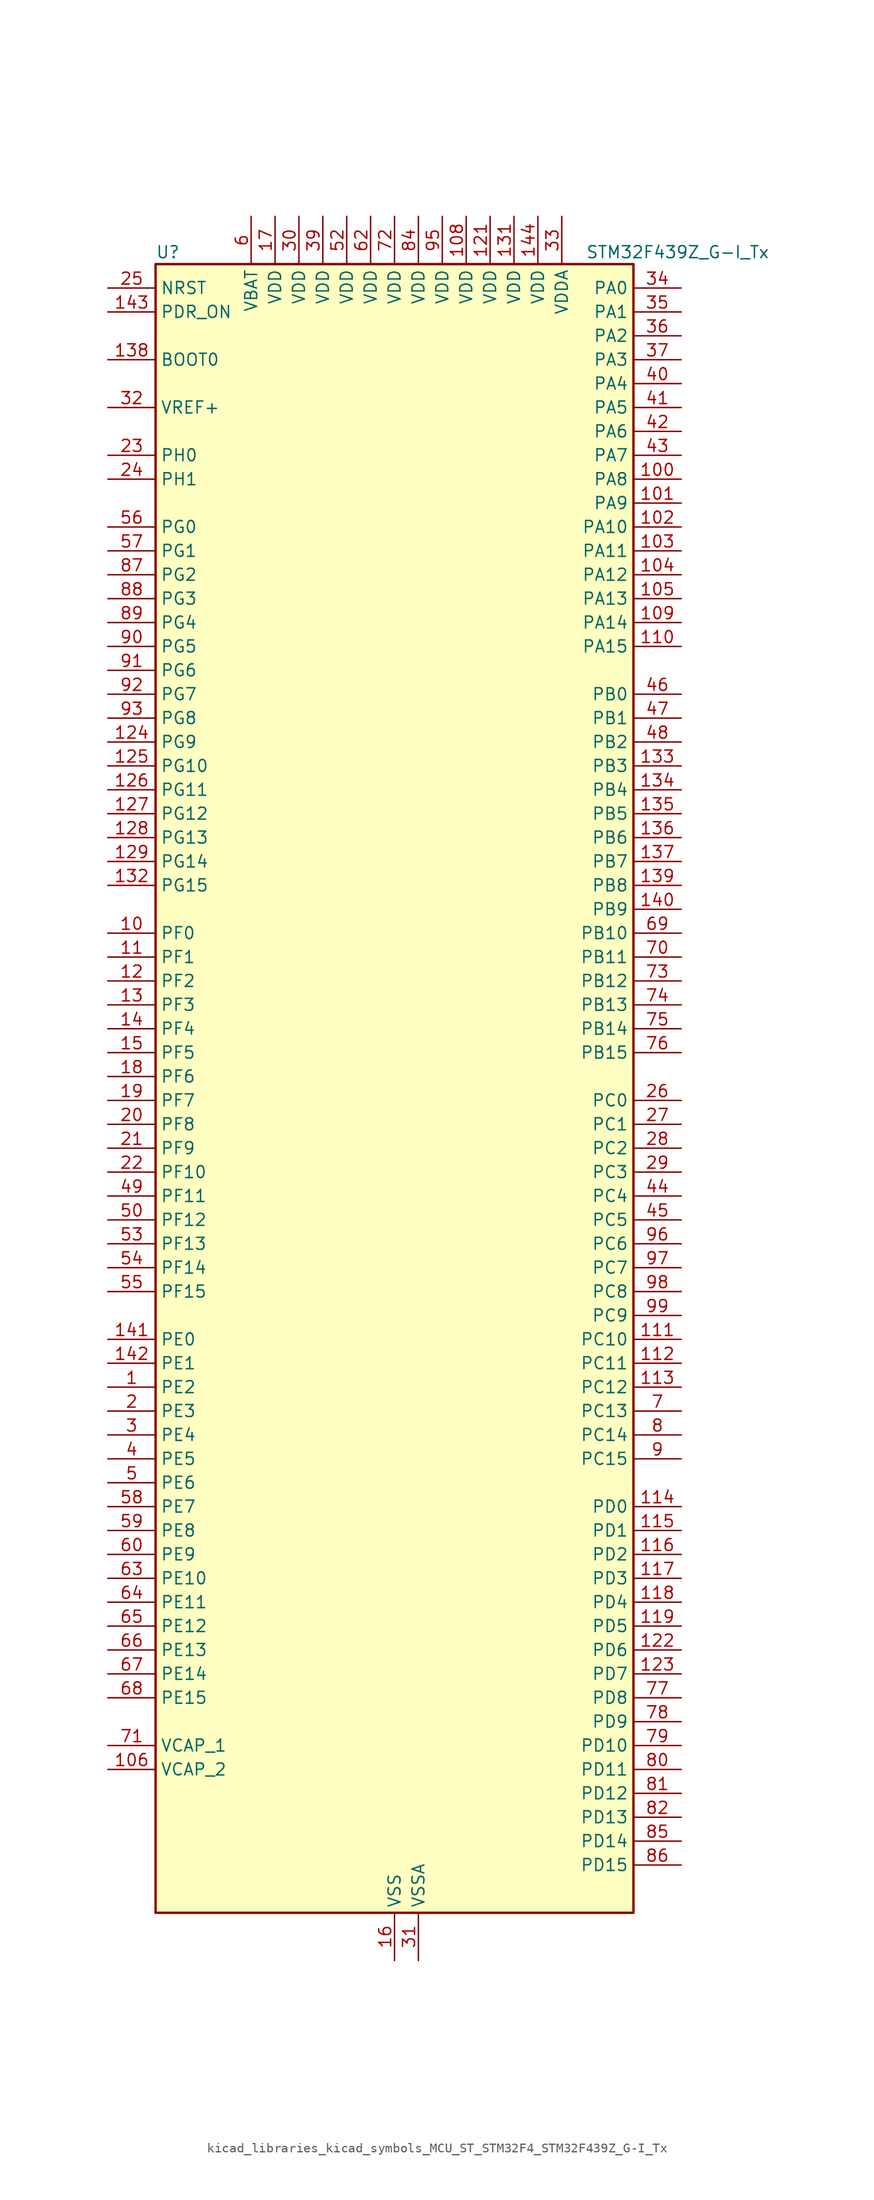
<source format=kicad_sym>
(kicad_symbol_lib
  (version 20220914)
  (generator kicad_symbol_editor)
  (symbol "kicad_libraries_kicad_symbols_MCU_ST_STM32F4_STM32F439Z_G-I_Tx"
    (property "Reference" "U"
      (at -25.4 90.17 0)
      (effects (font (size 1.27 1.27)) (justify left)))
    (property "Value" "STM32F439Z_G-I_Tx"
      (at 20.32 90.17 0)
      (effects (font (size 1.27 1.27)) (justify left)))
    (property "ki_locked" ""
      (at 0 0 0)
      (effects (font (size 1.27 1.27))))
    (symbol "kicad_libraries_kicad_symbols_MCU_ST_STM32F4_STM32F439Z_G-I_Tx_0_1"
      (rectangle (start -25.4 -86.36) (end 25.4 88.9) (stroke (width 0.254) (type default)) (fill (type background))))
    (symbol "kicad_libraries_kicad_symbols_MCU_ST_STM32F4_STM32F439Z_G-I_Tx_1_1"
      (pin bidirectional line (at -30.48 -30.48 0) (length 5.08) (name "PE2" (effects (font (size 1.27 1.27)))) (number "1" (effects (font (size 1.27 1.27)))) (alternate "ETH_TXD3" bidirectional line) (alternate "FMC_A23" bidirectional line) (alternate "SAI1_MCLK_A" bidirectional line) (alternate "SPI4_SCK" bidirectional line) (alternate "SYS_TRACECLK" bidirectional line))
      (pin bidirectional line (at -30.48 17.78 0) (length 5.08) (name "PF0" (effects (font (size 1.27 1.27)))) (number "10" (effects (font (size 1.27 1.27)))) (alternate "FMC_A0" bidirectional line) (alternate "I2C2_SDA" bidirectional line))
      (pin bidirectional line (at 30.48 66.04 180) (length 5.08) (name "PA8" (effects (font (size 1.27 1.27)))) (number "100" (effects (font (size 1.27 1.27)))) (alternate "I2C3_SCL" bidirectional line) (alternate "LTDC_R6" bidirectional line) (alternate "RCC_MCO_1" bidirectional line) (alternate "TIM1_CH1" bidirectional line) (alternate "USART1_CK" bidirectional line) (alternate "USB_OTG_FS_SOF" bidirectional line))
      (pin bidirectional line (at 30.48 63.5 180) (length 5.08) (name "PA9" (effects (font (size 1.27 1.27)))) (number "101" (effects (font (size 1.27 1.27)))) (alternate "DAC_EXTI9" bidirectional line) (alternate "DCMI_D0" bidirectional line) (alternate "I2C3_SMBA" bidirectional line) (alternate "TIM1_CH2" bidirectional line) (alternate "USART1_TX" bidirectional line) (alternate "USB_OTG_FS_VBUS" bidirectional line))
      (pin bidirectional line (at 30.48 60.96 180) (length 5.08) (name "PA10" (effects (font (size 1.27 1.27)))) (number "102" (effects (font (size 1.27 1.27)))) (alternate "DCMI_D1" bidirectional line) (alternate "TIM1_CH3" bidirectional line) (alternate "USART1_RX" bidirectional line) (alternate "USB_OTG_FS_ID" bidirectional line))
      (pin bidirectional line (at 30.48 58.42 180) (length 5.08) (name "PA11" (effects (font (size 1.27 1.27)))) (number "103" (effects (font (size 1.27 1.27)))) (alternate "ADC1_EXTI11" bidirectional line) (alternate "ADC2_EXTI11" bidirectional line) (alternate "ADC3_EXTI11" bidirectional line) (alternate "CAN1_RX" bidirectional line) (alternate "LTDC_R4" bidirectional line) (alternate "TIM1_CH4" bidirectional line) (alternate "USART1_CTS" bidirectional line) (alternate "USB_OTG_FS_DM" bidirectional line))
      (pin bidirectional line (at 30.48 55.88 180) (length 5.08) (name "PA12" (effects (font (size 1.27 1.27)))) (number "104" (effects (font (size 1.27 1.27)))) (alternate "CAN1_TX" bidirectional line) (alternate "LTDC_R5" bidirectional line) (alternate "TIM1_ETR" bidirectional line) (alternate "USART1_RTS" bidirectional line) (alternate "USB_OTG_FS_DP" bidirectional line))
      (pin bidirectional line (at 30.48 53.34 180) (length 5.08) (name "PA13" (effects (font (size 1.27 1.27)))) (number "105" (effects (font (size 1.27 1.27)))) (alternate "SYS_JTMS-SWDIO" bidirectional line))
      (pin power_out line (at -30.48 -71.12 0) (length 5.08) (name "VCAP_2" (effects (font (size 1.27 1.27)))) (number "106" (effects (font (size 1.27 1.27)))))
      (pin passive line (at 0 -91.44 90) (length 5.08) hide (name "VSS" (effects (font (size 1.27 1.27)))) (number "107" (effects (font (size 1.27 1.27)))))
      (pin power_in line (at 7.62 93.98 270) (length 5.08) (name "VDD" (effects (font (size 1.27 1.27)))) (number "108" (effects (font (size 1.27 1.27)))))
      (pin bidirectional line (at 30.48 50.8 180) (length 5.08) (name "PA14" (effects (font (size 1.27 1.27)))) (number "109" (effects (font (size 1.27 1.27)))) (alternate "SYS_JTCK-SWCLK" bidirectional line))
      (pin bidirectional line (at -30.48 15.24 0) (length 5.08) (name "PF1" (effects (font (size 1.27 1.27)))) (number "11" (effects (font (size 1.27 1.27)))) (alternate "FMC_A1" bidirectional line) (alternate "I2C2_SCL" bidirectional line))
      (pin bidirectional line (at 30.48 48.26 180) (length 5.08) (name "PA15" (effects (font (size 1.27 1.27)))) (number "110" (effects (font (size 1.27 1.27)))) (alternate "ADC1_EXTI15" bidirectional line) (alternate "ADC2_EXTI15" bidirectional line) (alternate "ADC3_EXTI15" bidirectional line) (alternate "I2S3_WS" bidirectional line) (alternate "SPI1_NSS" bidirectional line) (alternate "SPI3_NSS" bidirectional line) (alternate "SYS_JTDI" bidirectional line) (alternate "TIM2_CH1" bidirectional line) (alternate "TIM2_ETR" bidirectional line))
      (pin bidirectional line (at 30.48 -25.4 180) (length 5.08) (name "PC10" (effects (font (size 1.27 1.27)))) (number "111" (effects (font (size 1.27 1.27)))) (alternate "DCMI_D8" bidirectional line) (alternate "I2S3_CK" bidirectional line) (alternate "LTDC_R2" bidirectional line) (alternate "SDIO_D2" bidirectional line) (alternate "SPI3_SCK" bidirectional line) (alternate "UART4_TX" bidirectional line) (alternate "USART3_TX" bidirectional line))
      (pin bidirectional line (at 30.48 -27.94 180) (length 5.08) (name "PC11" (effects (font (size 1.27 1.27)))) (number "112" (effects (font (size 1.27 1.27)))) (alternate "ADC1_EXTI11" bidirectional line) (alternate "ADC2_EXTI11" bidirectional line) (alternate "ADC3_EXTI11" bidirectional line) (alternate "DCMI_D4" bidirectional line) (alternate "I2S3_ext_SD" bidirectional line) (alternate "SDIO_D3" bidirectional line) (alternate "SPI3_MISO" bidirectional line) (alternate "UART4_RX" bidirectional line) (alternate "USART3_RX" bidirectional line))
      (pin bidirectional line (at 30.48 -30.48 180) (length 5.08) (name "PC12" (effects (font (size 1.27 1.27)))) (number "113" (effects (font (size 1.27 1.27)))) (alternate "DCMI_D9" bidirectional line) (alternate "I2S3_SD" bidirectional line) (alternate "SDIO_CK" bidirectional line) (alternate "SPI3_MOSI" bidirectional line) (alternate "UART5_TX" bidirectional line) (alternate "USART3_CK" bidirectional line))
      (pin bidirectional line (at 30.48 -43.18 180) (length 5.08) (name "PD0" (effects (font (size 1.27 1.27)))) (number "114" (effects (font (size 1.27 1.27)))) (alternate "CAN1_RX" bidirectional line) (alternate "FMC_D2" bidirectional line) (alternate "FMC_DA2" bidirectional line))
      (pin bidirectional line (at 30.48 -45.72 180) (length 5.08) (name "PD1" (effects (font (size 1.27 1.27)))) (number "115" (effects (font (size 1.27 1.27)))) (alternate "CAN1_TX" bidirectional line) (alternate "FMC_D3" bidirectional line) (alternate "FMC_DA3" bidirectional line))
      (pin bidirectional line (at 30.48 -48.26 180) (length 5.08) (name "PD2" (effects (font (size 1.27 1.27)))) (number "116" (effects (font (size 1.27 1.27)))) (alternate "DCMI_D11" bidirectional line) (alternate "SDIO_CMD" bidirectional line) (alternate "TIM3_ETR" bidirectional line) (alternate "UART5_RX" bidirectional line))
      (pin bidirectional line (at 30.48 -50.8 180) (length 5.08) (name "PD3" (effects (font (size 1.27 1.27)))) (number "117" (effects (font (size 1.27 1.27)))) (alternate "DCMI_D5" bidirectional line) (alternate "FMC_CLK" bidirectional line) (alternate "I2S2_CK" bidirectional line) (alternate "LTDC_G7" bidirectional line) (alternate "SPI2_SCK" bidirectional line) (alternate "USART2_CTS" bidirectional line))
      (pin bidirectional line (at 30.48 -53.34 180) (length 5.08) (name "PD4" (effects (font (size 1.27 1.27)))) (number "118" (effects (font (size 1.27 1.27)))) (alternate "FMC_NOE" bidirectional line) (alternate "USART2_RTS" bidirectional line))
      (pin bidirectional line (at 30.48 -55.88 180) (length 5.08) (name "PD5" (effects (font (size 1.27 1.27)))) (number "119" (effects (font (size 1.27 1.27)))) (alternate "FMC_NWE" bidirectional line) (alternate "USART2_TX" bidirectional line))
      (pin bidirectional line (at -30.48 12.7 0) (length 5.08) (name "PF2" (effects (font (size 1.27 1.27)))) (number "12" (effects (font (size 1.27 1.27)))) (alternate "FMC_A2" bidirectional line) (alternate "I2C2_SMBA" bidirectional line))
      (pin passive line (at 0 -91.44 90) (length 5.08) hide (name "VSS" (effects (font (size 1.27 1.27)))) (number "120" (effects (font (size 1.27 1.27)))))
      (pin power_in line (at 10.16 93.98 270) (length 5.08) (name "VDD" (effects (font (size 1.27 1.27)))) (number "121" (effects (font (size 1.27 1.27)))))
      (pin bidirectional line (at 30.48 -58.42 180) (length 5.08) (name "PD6" (effects (font (size 1.27 1.27)))) (number "122" (effects (font (size 1.27 1.27)))) (alternate "DCMI_D10" bidirectional line) (alternate "FMC_NWAIT" bidirectional line) (alternate "I2S3_SD" bidirectional line) (alternate "LTDC_B2" bidirectional line) (alternate "SAI1_SD_A" bidirectional line) (alternate "SPI3_MOSI" bidirectional line) (alternate "USART2_RX" bidirectional line))
      (pin bidirectional line (at 30.48 -60.96 180) (length 5.08) (name "PD7" (effects (font (size 1.27 1.27)))) (number "123" (effects (font (size 1.27 1.27)))) (alternate "FMC_NCE2" bidirectional line) (alternate "FMC_NE1" bidirectional line) (alternate "USART2_CK" bidirectional line))
      (pin bidirectional line (at -30.48 38.1 0) (length 5.08) (name "PG9" (effects (font (size 1.27 1.27)))) (number "124" (effects (font (size 1.27 1.27)))) (alternate "DAC_EXTI9" bidirectional line) (alternate "DCMI_VSYNC" bidirectional line) (alternate "FMC_NCE3" bidirectional line) (alternate "FMC_NE2" bidirectional line) (alternate "USART6_RX" bidirectional line))
      (pin bidirectional line (at -30.48 35.56 0) (length 5.08) (name "PG10" (effects (font (size 1.27 1.27)))) (number "125" (effects (font (size 1.27 1.27)))) (alternate "DCMI_D2" bidirectional line) (alternate "FMC_NCE4_1" bidirectional line) (alternate "FMC_NE3" bidirectional line) (alternate "LTDC_B2" bidirectional line) (alternate "LTDC_G3" bidirectional line))
      (pin bidirectional line (at -30.48 33.02 0) (length 5.08) (name "PG11" (effects (font (size 1.27 1.27)))) (number "126" (effects (font (size 1.27 1.27)))) (alternate "ADC1_EXTI11" bidirectional line) (alternate "ADC2_EXTI11" bidirectional line) (alternate "ADC3_EXTI11" bidirectional line) (alternate "DCMI_D3" bidirectional line) (alternate "ETH_TX_EN" bidirectional line) (alternate "FMC_NCE4_2" bidirectional line) (alternate "LTDC_B3" bidirectional line))
      (pin bidirectional line (at -30.48 30.48 0) (length 5.08) (name "PG12" (effects (font (size 1.27 1.27)))) (number "127" (effects (font (size 1.27 1.27)))) (alternate "FMC_NE4" bidirectional line) (alternate "LTDC_B1" bidirectional line) (alternate "LTDC_B4" bidirectional line) (alternate "SPI6_MISO" bidirectional line) (alternate "USART6_RTS" bidirectional line))
      (pin bidirectional line (at -30.48 27.94 0) (length 5.08) (name "PG13" (effects (font (size 1.27 1.27)))) (number "128" (effects (font (size 1.27 1.27)))) (alternate "ETH_TXD0" bidirectional line) (alternate "FMC_A24" bidirectional line) (alternate "SPI6_SCK" bidirectional line) (alternate "USART6_CTS" bidirectional line))
      (pin bidirectional line (at -30.48 25.4 0) (length 5.08) (name "PG14" (effects (font (size 1.27 1.27)))) (number "129" (effects (font (size 1.27 1.27)))) (alternate "ETH_TXD1" bidirectional line) (alternate "FMC_A25" bidirectional line) (alternate "SPI6_MOSI" bidirectional line) (alternate "USART6_TX" bidirectional line))
      (pin bidirectional line (at -30.48 10.16 0) (length 5.08) (name "PF3" (effects (font (size 1.27 1.27)))) (number "13" (effects (font (size 1.27 1.27)))) (alternate "ADC3_IN9" bidirectional line) (alternate "FMC_A3" bidirectional line))
      (pin passive line (at 0 -91.44 90) (length 5.08) hide (name "VSS" (effects (font (size 1.27 1.27)))) (number "130" (effects (font (size 1.27 1.27)))))
      (pin power_in line (at 12.7 93.98 270) (length 5.08) (name "VDD" (effects (font (size 1.27 1.27)))) (number "131" (effects (font (size 1.27 1.27)))))
      (pin bidirectional line (at -30.48 22.86 0) (length 5.08) (name "PG15" (effects (font (size 1.27 1.27)))) (number "132" (effects (font (size 1.27 1.27)))) (alternate "ADC1_EXTI15" bidirectional line) (alternate "ADC2_EXTI15" bidirectional line) (alternate "ADC3_EXTI15" bidirectional line) (alternate "DCMI_D13" bidirectional line) (alternate "FMC_SDNCAS" bidirectional line) (alternate "USART6_CTS" bidirectional line))
      (pin bidirectional line (at 30.48 35.56 180) (length 5.08) (name "PB3" (effects (font (size 1.27 1.27)))) (number "133" (effects (font (size 1.27 1.27)))) (alternate "I2S3_CK" bidirectional line) (alternate "SPI1_SCK" bidirectional line) (alternate "SPI3_SCK" bidirectional line) (alternate "SYS_JTDO-SWO" bidirectional line) (alternate "TIM2_CH2" bidirectional line))
      (pin bidirectional line (at 30.48 33.02 180) (length 5.08) (name "PB4" (effects (font (size 1.27 1.27)))) (number "134" (effects (font (size 1.27 1.27)))) (alternate "I2S3_ext_SD" bidirectional line) (alternate "SPI1_MISO" bidirectional line) (alternate "SPI3_MISO" bidirectional line) (alternate "SYS_JTRST" bidirectional line) (alternate "TIM3_CH1" bidirectional line))
      (pin bidirectional line (at 30.48 30.48 180) (length 5.08) (name "PB5" (effects (font (size 1.27 1.27)))) (number "135" (effects (font (size 1.27 1.27)))) (alternate "CAN2_RX" bidirectional line) (alternate "DCMI_D10" bidirectional line) (alternate "ETH_PPS_OUT" bidirectional line) (alternate "FMC_SDCKE1" bidirectional line) (alternate "I2C1_SMBA" bidirectional line) (alternate "I2S3_SD" bidirectional line) (alternate "SPI1_MOSI" bidirectional line) (alternate "SPI3_MOSI" bidirectional line) (alternate "TIM3_CH2" bidirectional line) (alternate "USB_OTG_HS_ULPI_D7" bidirectional line))
      (pin bidirectional line (at 30.48 27.94 180) (length 5.08) (name "PB6" (effects (font (size 1.27 1.27)))) (number "136" (effects (font (size 1.27 1.27)))) (alternate "CAN2_TX" bidirectional line) (alternate "DCMI_D5" bidirectional line) (alternate "FMC_SDNE1" bidirectional line) (alternate "I2C1_SCL" bidirectional line) (alternate "TIM4_CH1" bidirectional line) (alternate "USART1_TX" bidirectional line))
      (pin bidirectional line (at 30.48 25.4 180) (length 5.08) (name "PB7" (effects (font (size 1.27 1.27)))) (number "137" (effects (font (size 1.27 1.27)))) (alternate "DCMI_VSYNC" bidirectional line) (alternate "FMC_NL" bidirectional line) (alternate "I2C1_SDA" bidirectional line) (alternate "TIM4_CH2" bidirectional line) (alternate "USART1_RX" bidirectional line))
      (pin input line (at -30.48 78.74 0) (length 5.08) (name "BOOT0" (effects (font (size 1.27 1.27)))) (number "138" (effects (font (size 1.27 1.27)))))
      (pin bidirectional line (at 30.48 22.86 180) (length 5.08) (name "PB8" (effects (font (size 1.27 1.27)))) (number "139" (effects (font (size 1.27 1.27)))) (alternate "CAN1_RX" bidirectional line) (alternate "DCMI_D6" bidirectional line) (alternate "ETH_TXD3" bidirectional line) (alternate "I2C1_SCL" bidirectional line) (alternate "LTDC_B6" bidirectional line) (alternate "SDIO_D4" bidirectional line) (alternate "TIM10_CH1" bidirectional line) (alternate "TIM4_CH3" bidirectional line))
      (pin bidirectional line (at -30.48 7.62 0) (length 5.08) (name "PF4" (effects (font (size 1.27 1.27)))) (number "14" (effects (font (size 1.27 1.27)))) (alternate "ADC3_IN14" bidirectional line) (alternate "FMC_A4" bidirectional line))
      (pin bidirectional line (at 30.48 20.32 180) (length 5.08) (name "PB9" (effects (font (size 1.27 1.27)))) (number "140" (effects (font (size 1.27 1.27)))) (alternate "CAN1_TX" bidirectional line) (alternate "DAC_EXTI9" bidirectional line) (alternate "DCMI_D7" bidirectional line) (alternate "I2C1_SDA" bidirectional line) (alternate "I2S2_WS" bidirectional line) (alternate "LTDC_B7" bidirectional line) (alternate "SDIO_D5" bidirectional line) (alternate "SPI2_NSS" bidirectional line) (alternate "TIM11_CH1" bidirectional line) (alternate "TIM4_CH4" bidirectional line))
      (pin bidirectional line (at -30.48 -25.4 0) (length 5.08) (name "PE0" (effects (font (size 1.27 1.27)))) (number "141" (effects (font (size 1.27 1.27)))) (alternate "DCMI_D2" bidirectional line) (alternate "FMC_NBL0" bidirectional line) (alternate "TIM4_ETR" bidirectional line) (alternate "UART8_RX" bidirectional line))
      (pin bidirectional line (at -30.48 -27.94 0) (length 5.08) (name "PE1" (effects (font (size 1.27 1.27)))) (number "142" (effects (font (size 1.27 1.27)))) (alternate "DCMI_D3" bidirectional line) (alternate "FMC_NBL1" bidirectional line) (alternate "UART8_TX" bidirectional line))
      (pin input line (at -30.48 83.82 0) (length 5.08) (name "PDR_ON" (effects (font (size 1.27 1.27)))) (number "143" (effects (font (size 1.27 1.27)))))
      (pin power_in line (at 15.24 93.98 270) (length 5.08) (name "VDD" (effects (font (size 1.27 1.27)))) (number "144" (effects (font (size 1.27 1.27)))))
      (pin bidirectional line (at -30.48 5.08 0) (length 5.08) (name "PF5" (effects (font (size 1.27 1.27)))) (number "15" (effects (font (size 1.27 1.27)))) (alternate "ADC3_IN15" bidirectional line) (alternate "FMC_A5" bidirectional line))
      (pin power_in line (at 0 -91.44 90) (length 5.08) (name "VSS" (effects (font (size 1.27 1.27)))) (number "16" (effects (font (size 1.27 1.27)))))
      (pin power_in line (at -12.7 93.98 270) (length 5.08) (name "VDD" (effects (font (size 1.27 1.27)))) (number "17" (effects (font (size 1.27 1.27)))))
      (pin bidirectional line (at -30.48 2.54 0) (length 5.08) (name "PF6" (effects (font (size 1.27 1.27)))) (number "18" (effects (font (size 1.27 1.27)))) (alternate "ADC3_IN4" bidirectional line) (alternate "FMC_NIORD" bidirectional line) (alternate "SAI1_SD_B" bidirectional line) (alternate "SPI5_NSS" bidirectional line) (alternate "TIM10_CH1" bidirectional line) (alternate "UART7_RX" bidirectional line))
      (pin bidirectional line (at -30.48 0 0) (length 5.08) (name "PF7" (effects (font (size 1.27 1.27)))) (number "19" (effects (font (size 1.27 1.27)))) (alternate "ADC3_IN5" bidirectional line) (alternate "FMC_NREG" bidirectional line) (alternate "SAI1_MCLK_B" bidirectional line) (alternate "SPI5_SCK" bidirectional line) (alternate "TIM11_CH1" bidirectional line) (alternate "UART7_TX" bidirectional line))
      (pin bidirectional line (at -30.48 -33.02 0) (length 5.08) (name "PE3" (effects (font (size 1.27 1.27)))) (number "2" (effects (font (size 1.27 1.27)))) (alternate "FMC_A19" bidirectional line) (alternate "SAI1_SD_B" bidirectional line) (alternate "SYS_TRACED0" bidirectional line))
      (pin bidirectional line (at -30.48 -2.54 0) (length 5.08) (name "PF8" (effects (font (size 1.27 1.27)))) (number "20" (effects (font (size 1.27 1.27)))) (alternate "ADC3_IN6" bidirectional line) (alternate "FMC_NIOWR" bidirectional line) (alternate "SAI1_SCK_B" bidirectional line) (alternate "SPI5_MISO" bidirectional line) (alternate "TIM13_CH1" bidirectional line))
      (pin bidirectional line (at -30.48 -5.08 0) (length 5.08) (name "PF9" (effects (font (size 1.27 1.27)))) (number "21" (effects (font (size 1.27 1.27)))) (alternate "ADC3_IN7" bidirectional line) (alternate "DAC_EXTI9" bidirectional line) (alternate "FMC_CD" bidirectional line) (alternate "SAI1_FS_B" bidirectional line) (alternate "SPI5_MOSI" bidirectional line) (alternate "TIM14_CH1" bidirectional line))
      (pin bidirectional line (at -30.48 -7.62 0) (length 5.08) (name "PF10" (effects (font (size 1.27 1.27)))) (number "22" (effects (font (size 1.27 1.27)))) (alternate "ADC3_IN8" bidirectional line) (alternate "DCMI_D11" bidirectional line) (alternate "FMC_INTR" bidirectional line) (alternate "LTDC_DE" bidirectional line))
      (pin bidirectional line (at -30.48 68.58 0) (length 5.08) (name "PH0" (effects (font (size 1.27 1.27)))) (number "23" (effects (font (size 1.27 1.27)))) (alternate "RCC_OSC_IN" bidirectional line))
      (pin bidirectional line (at -30.48 66.04 0) (length 5.08) (name "PH1" (effects (font (size 1.27 1.27)))) (number "24" (effects (font (size 1.27 1.27)))) (alternate "RCC_OSC_OUT" bidirectional line))
      (pin input line (at -30.48 86.36 0) (length 5.08) (name "NRST" (effects (font (size 1.27 1.27)))) (number "25" (effects (font (size 1.27 1.27)))))
      (pin bidirectional line (at 30.48 0 180) (length 5.08) (name "PC0" (effects (font (size 1.27 1.27)))) (number "26" (effects (font (size 1.27 1.27)))) (alternate "ADC1_IN10" bidirectional line) (alternate "ADC2_IN10" bidirectional line) (alternate "ADC3_IN10" bidirectional line) (alternate "FMC_SDNWE" bidirectional line) (alternate "USB_OTG_HS_ULPI_STP" bidirectional line))
      (pin bidirectional line (at 30.48 -2.54 180) (length 5.08) (name "PC1" (effects (font (size 1.27 1.27)))) (number "27" (effects (font (size 1.27 1.27)))) (alternate "ADC1_IN11" bidirectional line) (alternate "ADC2_IN11" bidirectional line) (alternate "ADC3_IN11" bidirectional line) (alternate "ETH_MDC" bidirectional line))
      (pin bidirectional line (at 30.48 -5.08 180) (length 5.08) (name "PC2" (effects (font (size 1.27 1.27)))) (number "28" (effects (font (size 1.27 1.27)))) (alternate "ADC1_IN12" bidirectional line) (alternate "ADC2_IN12" bidirectional line) (alternate "ADC3_IN12" bidirectional line) (alternate "ETH_TXD2" bidirectional line) (alternate "FMC_SDNE0" bidirectional line) (alternate "I2S2_ext_SD" bidirectional line) (alternate "SPI2_MISO" bidirectional line) (alternate "USB_OTG_HS_ULPI_DIR" bidirectional line))
      (pin bidirectional line (at 30.48 -7.62 180) (length 5.08) (name "PC3" (effects (font (size 1.27 1.27)))) (number "29" (effects (font (size 1.27 1.27)))) (alternate "ADC1_IN13" bidirectional line) (alternate "ADC2_IN13" bidirectional line) (alternate "ADC3_IN13" bidirectional line) (alternate "ETH_TX_CLK" bidirectional line) (alternate "FMC_SDCKE0" bidirectional line) (alternate "I2S2_SD" bidirectional line) (alternate "SPI2_MOSI" bidirectional line) (alternate "USB_OTG_HS_ULPI_NXT" bidirectional line))
      (pin bidirectional line (at -30.48 -35.56 0) (length 5.08) (name "PE4" (effects (font (size 1.27 1.27)))) (number "3" (effects (font (size 1.27 1.27)))) (alternate "DCMI_D4" bidirectional line) (alternate "FMC_A20" bidirectional line) (alternate "LTDC_B0" bidirectional line) (alternate "SAI1_FS_A" bidirectional line) (alternate "SPI4_NSS" bidirectional line) (alternate "SYS_TRACED1" bidirectional line))
      (pin power_in line (at -10.16 93.98 270) (length 5.08) (name "VDD" (effects (font (size 1.27 1.27)))) (number "30" (effects (font (size 1.27 1.27)))))
      (pin power_in line (at 2.54 -91.44 90) (length 5.08) (name "VSSA" (effects (font (size 1.27 1.27)))) (number "31" (effects (font (size 1.27 1.27)))))
      (pin input line (at -30.48 73.66 0) (length 5.08) (name "VREF+" (effects (font (size 1.27 1.27)))) (number "32" (effects (font (size 1.27 1.27)))))
      (pin power_in line (at 17.78 93.98 270) (length 5.08) (name "VDDA" (effects (font (size 1.27 1.27)))) (number "33" (effects (font (size 1.27 1.27)))))
      (pin bidirectional line (at 30.48 86.36 180) (length 5.08) (name "PA0" (effects (font (size 1.27 1.27)))) (number "34" (effects (font (size 1.27 1.27)))) (alternate "ADC1_IN0" bidirectional line) (alternate "ADC2_IN0" bidirectional line) (alternate "ADC3_IN0" bidirectional line) (alternate "ETH_CRS" bidirectional line) (alternate "SYS_WKUP" bidirectional line) (alternate "TIM2_CH1" bidirectional line) (alternate "TIM2_ETR" bidirectional line) (alternate "TIM5_CH1" bidirectional line) (alternate "TIM8_ETR" bidirectional line) (alternate "UART4_TX" bidirectional line) (alternate "USART2_CTS" bidirectional line))
      (pin bidirectional line (at 30.48 83.82 180) (length 5.08) (name "PA1" (effects (font (size 1.27 1.27)))) (number "35" (effects (font (size 1.27 1.27)))) (alternate "ADC1_IN1" bidirectional line) (alternate "ADC2_IN1" bidirectional line) (alternate "ADC3_IN1" bidirectional line) (alternate "ETH_REF_CLK" bidirectional line) (alternate "ETH_RX_CLK" bidirectional line) (alternate "TIM2_CH2" bidirectional line) (alternate "TIM5_CH2" bidirectional line) (alternate "UART4_RX" bidirectional line) (alternate "USART2_RTS" bidirectional line))
      (pin bidirectional line (at 30.48 81.28 180) (length 5.08) (name "PA2" (effects (font (size 1.27 1.27)))) (number "36" (effects (font (size 1.27 1.27)))) (alternate "ADC1_IN2" bidirectional line) (alternate "ADC2_IN2" bidirectional line) (alternate "ADC3_IN2" bidirectional line) (alternate "ETH_MDIO" bidirectional line) (alternate "TIM2_CH3" bidirectional line) (alternate "TIM5_CH3" bidirectional line) (alternate "TIM9_CH1" bidirectional line) (alternate "USART2_TX" bidirectional line))
      (pin bidirectional line (at 30.48 78.74 180) (length 5.08) (name "PA3" (effects (font (size 1.27 1.27)))) (number "37" (effects (font (size 1.27 1.27)))) (alternate "ADC1_IN3" bidirectional line) (alternate "ADC2_IN3" bidirectional line) (alternate "ADC3_IN3" bidirectional line) (alternate "ETH_COL" bidirectional line) (alternate "LTDC_B5" bidirectional line) (alternate "TIM2_CH4" bidirectional line) (alternate "TIM5_CH4" bidirectional line) (alternate "TIM9_CH2" bidirectional line) (alternate "USART2_RX" bidirectional line) (alternate "USB_OTG_HS_ULPI_D0" bidirectional line))
      (pin passive line (at 0 -91.44 90) (length 5.08) hide (name "VSS" (effects (font (size 1.27 1.27)))) (number "38" (effects (font (size 1.27 1.27)))))
      (pin power_in line (at -7.62 93.98 270) (length 5.08) (name "VDD" (effects (font (size 1.27 1.27)))) (number "39" (effects (font (size 1.27 1.27)))))
      (pin bidirectional line (at -30.48 -38.1 0) (length 5.08) (name "PE5" (effects (font (size 1.27 1.27)))) (number "4" (effects (font (size 1.27 1.27)))) (alternate "DCMI_D6" bidirectional line) (alternate "FMC_A21" bidirectional line) (alternate "LTDC_G0" bidirectional line) (alternate "SAI1_SCK_A" bidirectional line) (alternate "SPI4_MISO" bidirectional line) (alternate "SYS_TRACED2" bidirectional line) (alternate "TIM9_CH1" bidirectional line))
      (pin bidirectional line (at 30.48 76.2 180) (length 5.08) (name "PA4" (effects (font (size 1.27 1.27)))) (number "40" (effects (font (size 1.27 1.27)))) (alternate "ADC1_IN4" bidirectional line) (alternate "ADC2_IN4" bidirectional line) (alternate "DAC_OUT1" bidirectional line) (alternate "DCMI_HSYNC" bidirectional line) (alternate "I2S3_WS" bidirectional line) (alternate "LTDC_VSYNC" bidirectional line) (alternate "SPI1_NSS" bidirectional line) (alternate "SPI3_NSS" bidirectional line) (alternate "USART2_CK" bidirectional line) (alternate "USB_OTG_HS_SOF" bidirectional line))
      (pin bidirectional line (at 30.48 73.66 180) (length 5.08) (name "PA5" (effects (font (size 1.27 1.27)))) (number "41" (effects (font (size 1.27 1.27)))) (alternate "ADC1_IN5" bidirectional line) (alternate "ADC2_IN5" bidirectional line) (alternate "DAC_OUT2" bidirectional line) (alternate "SPI1_SCK" bidirectional line) (alternate "TIM2_CH1" bidirectional line) (alternate "TIM2_ETR" bidirectional line) (alternate "TIM8_CH1N" bidirectional line) (alternate "USB_OTG_HS_ULPI_CK" bidirectional line))
      (pin bidirectional line (at 30.48 71.12 180) (length 5.08) (name "PA6" (effects (font (size 1.27 1.27)))) (number "42" (effects (font (size 1.27 1.27)))) (alternate "ADC1_IN6" bidirectional line) (alternate "ADC2_IN6" bidirectional line) (alternate "DCMI_PIXCLK" bidirectional line) (alternate "LTDC_G2" bidirectional line) (alternate "SPI1_MISO" bidirectional line) (alternate "TIM13_CH1" bidirectional line) (alternate "TIM1_BKIN" bidirectional line) (alternate "TIM3_CH1" bidirectional line) (alternate "TIM8_BKIN" bidirectional line))
      (pin bidirectional line (at 30.48 68.58 180) (length 5.08) (name "PA7" (effects (font (size 1.27 1.27)))) (number "43" (effects (font (size 1.27 1.27)))) (alternate "ADC1_IN7" bidirectional line) (alternate "ADC2_IN7" bidirectional line) (alternate "ETH_CRS_DV" bidirectional line) (alternate "ETH_RX_DV" bidirectional line) (alternate "SPI1_MOSI" bidirectional line) (alternate "TIM14_CH1" bidirectional line) (alternate "TIM1_CH1N" bidirectional line) (alternate "TIM3_CH2" bidirectional line) (alternate "TIM8_CH1N" bidirectional line))
      (pin bidirectional line (at 30.48 -10.16 180) (length 5.08) (name "PC4" (effects (font (size 1.27 1.27)))) (number "44" (effects (font (size 1.27 1.27)))) (alternate "ADC1_IN14" bidirectional line) (alternate "ADC2_IN14" bidirectional line) (alternate "ETH_RXD0" bidirectional line))
      (pin bidirectional line (at 30.48 -12.7 180) (length 5.08) (name "PC5" (effects (font (size 1.27 1.27)))) (number "45" (effects (font (size 1.27 1.27)))) (alternate "ADC1_IN15" bidirectional line) (alternate "ADC2_IN15" bidirectional line) (alternate "ETH_RXD1" bidirectional line))
      (pin bidirectional line (at 30.48 43.18 180) (length 5.08) (name "PB0" (effects (font (size 1.27 1.27)))) (number "46" (effects (font (size 1.27 1.27)))) (alternate "ADC1_IN8" bidirectional line) (alternate "ADC2_IN8" bidirectional line) (alternate "ETH_RXD2" bidirectional line) (alternate "LTDC_R3" bidirectional line) (alternate "TIM1_CH2N" bidirectional line) (alternate "TIM3_CH3" bidirectional line) (alternate "TIM8_CH2N" bidirectional line) (alternate "USB_OTG_HS_ULPI_D1" bidirectional line))
      (pin bidirectional line (at 30.48 40.64 180) (length 5.08) (name "PB1" (effects (font (size 1.27 1.27)))) (number "47" (effects (font (size 1.27 1.27)))) (alternate "ADC1_IN9" bidirectional line) (alternate "ADC2_IN9" bidirectional line) (alternate "ETH_RXD3" bidirectional line) (alternate "LTDC_R6" bidirectional line) (alternate "TIM1_CH3N" bidirectional line) (alternate "TIM3_CH4" bidirectional line) (alternate "TIM8_CH3N" bidirectional line) (alternate "USB_OTG_HS_ULPI_D2" bidirectional line))
      (pin bidirectional line (at 30.48 38.1 180) (length 5.08) (name "PB2" (effects (font (size 1.27 1.27)))) (number "48" (effects (font (size 1.27 1.27)))))
      (pin bidirectional line (at -30.48 -10.16 0) (length 5.08) (name "PF11" (effects (font (size 1.27 1.27)))) (number "49" (effects (font (size 1.27 1.27)))) (alternate "ADC1_EXTI11" bidirectional line) (alternate "ADC2_EXTI11" bidirectional line) (alternate "ADC3_EXTI11" bidirectional line) (alternate "DCMI_D12" bidirectional line) (alternate "FMC_SDNRAS" bidirectional line) (alternate "SPI5_MOSI" bidirectional line))
      (pin bidirectional line (at -30.48 -40.64 0) (length 5.08) (name "PE6" (effects (font (size 1.27 1.27)))) (number "5" (effects (font (size 1.27 1.27)))) (alternate "DCMI_D7" bidirectional line) (alternate "FMC_A22" bidirectional line) (alternate "LTDC_G1" bidirectional line) (alternate "SAI1_SD_A" bidirectional line) (alternate "SPI4_MOSI" bidirectional line) (alternate "SYS_TRACED3" bidirectional line) (alternate "TIM9_CH2" bidirectional line))
      (pin bidirectional line (at -30.48 -12.7 0) (length 5.08) (name "PF12" (effects (font (size 1.27 1.27)))) (number "50" (effects (font (size 1.27 1.27)))) (alternate "FMC_A6" bidirectional line))
      (pin passive line (at 0 -91.44 90) (length 5.08) hide (name "VSS" (effects (font (size 1.27 1.27)))) (number "51" (effects (font (size 1.27 1.27)))))
      (pin power_in line (at -5.08 93.98 270) (length 5.08) (name "VDD" (effects (font (size 1.27 1.27)))) (number "52" (effects (font (size 1.27 1.27)))))
      (pin bidirectional line (at -30.48 -15.24 0) (length 5.08) (name "PF13" (effects (font (size 1.27 1.27)))) (number "53" (effects (font (size 1.27 1.27)))) (alternate "FMC_A7" bidirectional line))
      (pin bidirectional line (at -30.48 -17.78 0) (length 5.08) (name "PF14" (effects (font (size 1.27 1.27)))) (number "54" (effects (font (size 1.27 1.27)))) (alternate "FMC_A8" bidirectional line))
      (pin bidirectional line (at -30.48 -20.32 0) (length 5.08) (name "PF15" (effects (font (size 1.27 1.27)))) (number "55" (effects (font (size 1.27 1.27)))) (alternate "ADC1_EXTI15" bidirectional line) (alternate "ADC2_EXTI15" bidirectional line) (alternate "ADC3_EXTI15" bidirectional line) (alternate "FMC_A9" bidirectional line))
      (pin bidirectional line (at -30.48 60.96 0) (length 5.08) (name "PG0" (effects (font (size 1.27 1.27)))) (number "56" (effects (font (size 1.27 1.27)))) (alternate "FMC_A10" bidirectional line))
      (pin bidirectional line (at -30.48 58.42 0) (length 5.08) (name "PG1" (effects (font (size 1.27 1.27)))) (number "57" (effects (font (size 1.27 1.27)))) (alternate "FMC_A11" bidirectional line))
      (pin bidirectional line (at -30.48 -43.18 0) (length 5.08) (name "PE7" (effects (font (size 1.27 1.27)))) (number "58" (effects (font (size 1.27 1.27)))) (alternate "FMC_D4" bidirectional line) (alternate "FMC_DA4" bidirectional line) (alternate "TIM1_ETR" bidirectional line) (alternate "UART7_RX" bidirectional line))
      (pin bidirectional line (at -30.48 -45.72 0) (length 5.08) (name "PE8" (effects (font (size 1.27 1.27)))) (number "59" (effects (font (size 1.27 1.27)))) (alternate "FMC_D5" bidirectional line) (alternate "FMC_DA5" bidirectional line) (alternate "TIM1_CH1N" bidirectional line) (alternate "UART7_TX" bidirectional line))
      (pin power_in line (at -15.24 93.98 270) (length 5.08) (name "VBAT" (effects (font (size 1.27 1.27)))) (number "6" (effects (font (size 1.27 1.27)))))
      (pin bidirectional line (at -30.48 -48.26 0) (length 5.08) (name "PE9" (effects (font (size 1.27 1.27)))) (number "60" (effects (font (size 1.27 1.27)))) (alternate "DAC_EXTI9" bidirectional line) (alternate "FMC_D6" bidirectional line) (alternate "FMC_DA6" bidirectional line) (alternate "TIM1_CH1" bidirectional line))
      (pin passive line (at 0 -91.44 90) (length 5.08) hide (name "VSS" (effects (font (size 1.27 1.27)))) (number "61" (effects (font (size 1.27 1.27)))))
      (pin power_in line (at -2.54 93.98 270) (length 5.08) (name "VDD" (effects (font (size 1.27 1.27)))) (number "62" (effects (font (size 1.27 1.27)))))
      (pin bidirectional line (at -30.48 -50.8 0) (length 5.08) (name "PE10" (effects (font (size 1.27 1.27)))) (number "63" (effects (font (size 1.27 1.27)))) (alternate "FMC_D7" bidirectional line) (alternate "FMC_DA7" bidirectional line) (alternate "TIM1_CH2N" bidirectional line))
      (pin bidirectional line (at -30.48 -53.34 0) (length 5.08) (name "PE11" (effects (font (size 1.27 1.27)))) (number "64" (effects (font (size 1.27 1.27)))) (alternate "ADC1_EXTI11" bidirectional line) (alternate "ADC2_EXTI11" bidirectional line) (alternate "ADC3_EXTI11" bidirectional line) (alternate "FMC_D8" bidirectional line) (alternate "FMC_DA8" bidirectional line) (alternate "LTDC_G3" bidirectional line) (alternate "SPI4_NSS" bidirectional line) (alternate "TIM1_CH2" bidirectional line))
      (pin bidirectional line (at -30.48 -55.88 0) (length 5.08) (name "PE12" (effects (font (size 1.27 1.27)))) (number "65" (effects (font (size 1.27 1.27)))) (alternate "FMC_D9" bidirectional line) (alternate "FMC_DA9" bidirectional line) (alternate "LTDC_B4" bidirectional line) (alternate "SPI4_SCK" bidirectional line) (alternate "TIM1_CH3N" bidirectional line))
      (pin bidirectional line (at -30.48 -58.42 0) (length 5.08) (name "PE13" (effects (font (size 1.27 1.27)))) (number "66" (effects (font (size 1.27 1.27)))) (alternate "FMC_D10" bidirectional line) (alternate "FMC_DA10" bidirectional line) (alternate "LTDC_DE" bidirectional line) (alternate "SPI4_MISO" bidirectional line) (alternate "TIM1_CH3" bidirectional line))
      (pin bidirectional line (at -30.48 -60.96 0) (length 5.08) (name "PE14" (effects (font (size 1.27 1.27)))) (number "67" (effects (font (size 1.27 1.27)))) (alternate "FMC_D11" bidirectional line) (alternate "FMC_DA11" bidirectional line) (alternate "LTDC_CLK" bidirectional line) (alternate "SPI4_MOSI" bidirectional line) (alternate "TIM1_CH4" bidirectional line))
      (pin bidirectional line (at -30.48 -63.5 0) (length 5.08) (name "PE15" (effects (font (size 1.27 1.27)))) (number "68" (effects (font (size 1.27 1.27)))) (alternate "ADC1_EXTI15" bidirectional line) (alternate "ADC2_EXTI15" bidirectional line) (alternate "ADC3_EXTI15" bidirectional line) (alternate "FMC_D12" bidirectional line) (alternate "FMC_DA12" bidirectional line) (alternate "LTDC_R7" bidirectional line) (alternate "TIM1_BKIN" bidirectional line))
      (pin bidirectional line (at 30.48 17.78 180) (length 5.08) (name "PB10" (effects (font (size 1.27 1.27)))) (number "69" (effects (font (size 1.27 1.27)))) (alternate "ETH_RX_ER" bidirectional line) (alternate "I2C2_SCL" bidirectional line) (alternate "I2S2_CK" bidirectional line) (alternate "LTDC_G4" bidirectional line) (alternate "SPI2_SCK" bidirectional line) (alternate "TIM2_CH3" bidirectional line) (alternate "USART3_TX" bidirectional line) (alternate "USB_OTG_HS_ULPI_D3" bidirectional line))
      (pin bidirectional line (at 30.48 -33.02 180) (length 5.08) (name "PC13" (effects (font (size 1.27 1.27)))) (number "7" (effects (font (size 1.27 1.27)))) (alternate "RTC_AF1" bidirectional line))
      (pin bidirectional line (at 30.48 15.24 180) (length 5.08) (name "PB11" (effects (font (size 1.27 1.27)))) (number "70" (effects (font (size 1.27 1.27)))) (alternate "ADC1_EXTI11" bidirectional line) (alternate "ADC2_EXTI11" bidirectional line) (alternate "ADC3_EXTI11" bidirectional line) (alternate "ETH_TX_EN" bidirectional line) (alternate "I2C2_SDA" bidirectional line) (alternate "LTDC_G5" bidirectional line) (alternate "TIM2_CH4" bidirectional line) (alternate "USART3_RX" bidirectional line) (alternate "USB_OTG_HS_ULPI_D4" bidirectional line))
      (pin power_out line (at -30.48 -68.58 0) (length 5.08) (name "VCAP_1" (effects (font (size 1.27 1.27)))) (number "71" (effects (font (size 1.27 1.27)))))
      (pin power_in line (at 0 93.98 270) (length 5.08) (name "VDD" (effects (font (size 1.27 1.27)))) (number "72" (effects (font (size 1.27 1.27)))))
      (pin bidirectional line (at 30.48 12.7 180) (length 5.08) (name "PB12" (effects (font (size 1.27 1.27)))) (number "73" (effects (font (size 1.27 1.27)))) (alternate "CAN2_RX" bidirectional line) (alternate "ETH_TXD0" bidirectional line) (alternate "I2C2_SMBA" bidirectional line) (alternate "I2S2_WS" bidirectional line) (alternate "SPI2_NSS" bidirectional line) (alternate "TIM1_BKIN" bidirectional line) (alternate "USART3_CK" bidirectional line) (alternate "USB_OTG_HS_ID" bidirectional line) (alternate "USB_OTG_HS_ULPI_D5" bidirectional line))
      (pin bidirectional line (at 30.48 10.16 180) (length 5.08) (name "PB13" (effects (font (size 1.27 1.27)))) (number "74" (effects (font (size 1.27 1.27)))) (alternate "CAN2_TX" bidirectional line) (alternate "ETH_TXD1" bidirectional line) (alternate "I2S2_CK" bidirectional line) (alternate "SPI2_SCK" bidirectional line) (alternate "TIM1_CH1N" bidirectional line) (alternate "USART3_CTS" bidirectional line) (alternate "USB_OTG_HS_ULPI_D6" bidirectional line) (alternate "USB_OTG_HS_VBUS" bidirectional line))
      (pin bidirectional line (at 30.48 7.62 180) (length 5.08) (name "PB14" (effects (font (size 1.27 1.27)))) (number "75" (effects (font (size 1.27 1.27)))) (alternate "I2S2_ext_SD" bidirectional line) (alternate "SPI2_MISO" bidirectional line) (alternate "TIM12_CH1" bidirectional line) (alternate "TIM1_CH2N" bidirectional line) (alternate "TIM8_CH2N" bidirectional line) (alternate "USART3_RTS" bidirectional line) (alternate "USB_OTG_HS_DM" bidirectional line))
      (pin bidirectional line (at 30.48 5.08 180) (length 5.08) (name "PB15" (effects (font (size 1.27 1.27)))) (number "76" (effects (font (size 1.27 1.27)))) (alternate "ADC1_EXTI15" bidirectional line) (alternate "ADC2_EXTI15" bidirectional line) (alternate "ADC3_EXTI15" bidirectional line) (alternate "I2S2_SD" bidirectional line) (alternate "RTC_REFIN" bidirectional line) (alternate "SPI2_MOSI" bidirectional line) (alternate "TIM12_CH2" bidirectional line) (alternate "TIM1_CH3N" bidirectional line) (alternate "TIM8_CH3N" bidirectional line) (alternate "USB_OTG_HS_DP" bidirectional line))
      (pin bidirectional line (at 30.48 -63.5 180) (length 5.08) (name "PD8" (effects (font (size 1.27 1.27)))) (number "77" (effects (font (size 1.27 1.27)))) (alternate "FMC_D13" bidirectional line) (alternate "FMC_DA13" bidirectional line) (alternate "USART3_TX" bidirectional line))
      (pin bidirectional line (at 30.48 -66.04 180) (length 5.08) (name "PD9" (effects (font (size 1.27 1.27)))) (number "78" (effects (font (size 1.27 1.27)))) (alternate "DAC_EXTI9" bidirectional line) (alternate "FMC_D14" bidirectional line) (alternate "FMC_DA14" bidirectional line) (alternate "USART3_RX" bidirectional line))
      (pin bidirectional line (at 30.48 -68.58 180) (length 5.08) (name "PD10" (effects (font (size 1.27 1.27)))) (number "79" (effects (font (size 1.27 1.27)))) (alternate "FMC_D15" bidirectional line) (alternate "FMC_DA15" bidirectional line) (alternate "LTDC_B3" bidirectional line) (alternate "USART3_CK" bidirectional line))
      (pin bidirectional line (at 30.48 -35.56 180) (length 5.08) (name "PC14" (effects (font (size 1.27 1.27)))) (number "8" (effects (font (size 1.27 1.27)))) (alternate "RCC_OSC32_IN" bidirectional line))
      (pin bidirectional line (at 30.48 -71.12 180) (length 5.08) (name "PD11" (effects (font (size 1.27 1.27)))) (number "80" (effects (font (size 1.27 1.27)))) (alternate "ADC1_EXTI11" bidirectional line) (alternate "ADC2_EXTI11" bidirectional line) (alternate "ADC3_EXTI11" bidirectional line) (alternate "FMC_A16" bidirectional line) (alternate "FMC_CLE" bidirectional line) (alternate "USART3_CTS" bidirectional line))
      (pin bidirectional line (at 30.48 -73.66 180) (length 5.08) (name "PD12" (effects (font (size 1.27 1.27)))) (number "81" (effects (font (size 1.27 1.27)))) (alternate "FMC_A17" bidirectional line) (alternate "FMC_ALE" bidirectional line) (alternate "TIM4_CH1" bidirectional line) (alternate "USART3_RTS" bidirectional line))
      (pin bidirectional line (at 30.48 -76.2 180) (length 5.08) (name "PD13" (effects (font (size 1.27 1.27)))) (number "82" (effects (font (size 1.27 1.27)))) (alternate "FMC_A18" bidirectional line) (alternate "TIM4_CH2" bidirectional line))
      (pin passive line (at 0 -91.44 90) (length 5.08) hide (name "VSS" (effects (font (size 1.27 1.27)))) (number "83" (effects (font (size 1.27 1.27)))))
      (pin power_in line (at 2.54 93.98 270) (length 5.08) (name "VDD" (effects (font (size 1.27 1.27)))) (number "84" (effects (font (size 1.27 1.27)))))
      (pin bidirectional line (at 30.48 -78.74 180) (length 5.08) (name "PD14" (effects (font (size 1.27 1.27)))) (number "85" (effects (font (size 1.27 1.27)))) (alternate "FMC_D0" bidirectional line) (alternate "FMC_DA0" bidirectional line) (alternate "TIM4_CH3" bidirectional line))
      (pin bidirectional line (at 30.48 -81.28 180) (length 5.08) (name "PD15" (effects (font (size 1.27 1.27)))) (number "86" (effects (font (size 1.27 1.27)))) (alternate "ADC1_EXTI15" bidirectional line) (alternate "ADC2_EXTI15" bidirectional line) (alternate "ADC3_EXTI15" bidirectional line) (alternate "FMC_D1" bidirectional line) (alternate "FMC_DA1" bidirectional line) (alternate "TIM4_CH4" bidirectional line))
      (pin bidirectional line (at -30.48 55.88 0) (length 5.08) (name "PG2" (effects (font (size 1.27 1.27)))) (number "87" (effects (font (size 1.27 1.27)))) (alternate "FMC_A12" bidirectional line))
      (pin bidirectional line (at -30.48 53.34 0) (length 5.08) (name "PG3" (effects (font (size 1.27 1.27)))) (number "88" (effects (font (size 1.27 1.27)))) (alternate "FMC_A13" bidirectional line))
      (pin bidirectional line (at -30.48 50.8 0) (length 5.08) (name "PG4" (effects (font (size 1.27 1.27)))) (number "89" (effects (font (size 1.27 1.27)))) (alternate "FMC_A14" bidirectional line) (alternate "FMC_BA0" bidirectional line))
      (pin bidirectional line (at 30.48 -38.1 180) (length 5.08) (name "PC15" (effects (font (size 1.27 1.27)))) (number "9" (effects (font (size 1.27 1.27)))) (alternate "ADC1_EXTI15" bidirectional line) (alternate "ADC2_EXTI15" bidirectional line) (alternate "ADC3_EXTI15" bidirectional line) (alternate "RCC_OSC32_OUT" bidirectional line))
      (pin bidirectional line (at -30.48 48.26 0) (length 5.08) (name "PG5" (effects (font (size 1.27 1.27)))) (number "90" (effects (font (size 1.27 1.27)))) (alternate "FMC_A15" bidirectional line) (alternate "FMC_BA1" bidirectional line))
      (pin bidirectional line (at -30.48 45.72 0) (length 5.08) (name "PG6" (effects (font (size 1.27 1.27)))) (number "91" (effects (font (size 1.27 1.27)))) (alternate "DCMI_D12" bidirectional line) (alternate "FMC_INT2" bidirectional line) (alternate "LTDC_R7" bidirectional line))
      (pin bidirectional line (at -30.48 43.18 0) (length 5.08) (name "PG7" (effects (font (size 1.27 1.27)))) (number "92" (effects (font (size 1.27 1.27)))) (alternate "DCMI_D13" bidirectional line) (alternate "FMC_INT3" bidirectional line) (alternate "LTDC_CLK" bidirectional line) (alternate "USART6_CK" bidirectional line))
      (pin bidirectional line (at -30.48 40.64 0) (length 5.08) (name "PG8" (effects (font (size 1.27 1.27)))) (number "93" (effects (font (size 1.27 1.27)))) (alternate "ETH_PPS_OUT" bidirectional line) (alternate "FMC_SDCLK" bidirectional line) (alternate "SPI6_NSS" bidirectional line) (alternate "USART6_RTS" bidirectional line))
      (pin passive line (at 0 -91.44 90) (length 5.08) hide (name "VSS" (effects (font (size 1.27 1.27)))) (number "94" (effects (font (size 1.27 1.27)))))
      (pin power_in line (at 5.08 93.98 270) (length 5.08) (name "VDD" (effects (font (size 1.27 1.27)))) (number "95" (effects (font (size 1.27 1.27)))))
      (pin bidirectional line (at 30.48 -15.24 180) (length 5.08) (name "PC6" (effects (font (size 1.27 1.27)))) (number "96" (effects (font (size 1.27 1.27)))) (alternate "DCMI_D0" bidirectional line) (alternate "I2S2_MCK" bidirectional line) (alternate "LTDC_HSYNC" bidirectional line) (alternate "SDIO_D6" bidirectional line) (alternate "TIM3_CH1" bidirectional line) (alternate "TIM8_CH1" bidirectional line) (alternate "USART6_TX" bidirectional line))
      (pin bidirectional line (at 30.48 -17.78 180) (length 5.08) (name "PC7" (effects (font (size 1.27 1.27)))) (number "97" (effects (font (size 1.27 1.27)))) (alternate "DCMI_D1" bidirectional line) (alternate "I2S3_MCK" bidirectional line) (alternate "LTDC_G6" bidirectional line) (alternate "SDIO_D7" bidirectional line) (alternate "TIM3_CH2" bidirectional line) (alternate "TIM8_CH2" bidirectional line) (alternate "USART6_RX" bidirectional line))
      (pin bidirectional line (at 30.48 -20.32 180) (length 5.08) (name "PC8" (effects (font (size 1.27 1.27)))) (number "98" (effects (font (size 1.27 1.27)))) (alternate "DCMI_D2" bidirectional line) (alternate "SDIO_D0" bidirectional line) (alternate "TIM3_CH3" bidirectional line) (alternate "TIM8_CH3" bidirectional line) (alternate "USART6_CK" bidirectional line))
      (pin bidirectional line (at 30.48 -22.86 180) (length 5.08) (name "PC9" (effects (font (size 1.27 1.27)))) (number "99" (effects (font (size 1.27 1.27)))) (alternate "DAC_EXTI9" bidirectional line) (alternate "DCMI_D3" bidirectional line) (alternate "I2C3_SDA" bidirectional line) (alternate "I2S_CKIN" bidirectional line) (alternate "RCC_MCO_2" bidirectional line) (alternate "SDIO_D1" bidirectional line) (alternate "TIM3_CH4" bidirectional line) (alternate "TIM8_CH4" bidirectional line)))))
</source>
